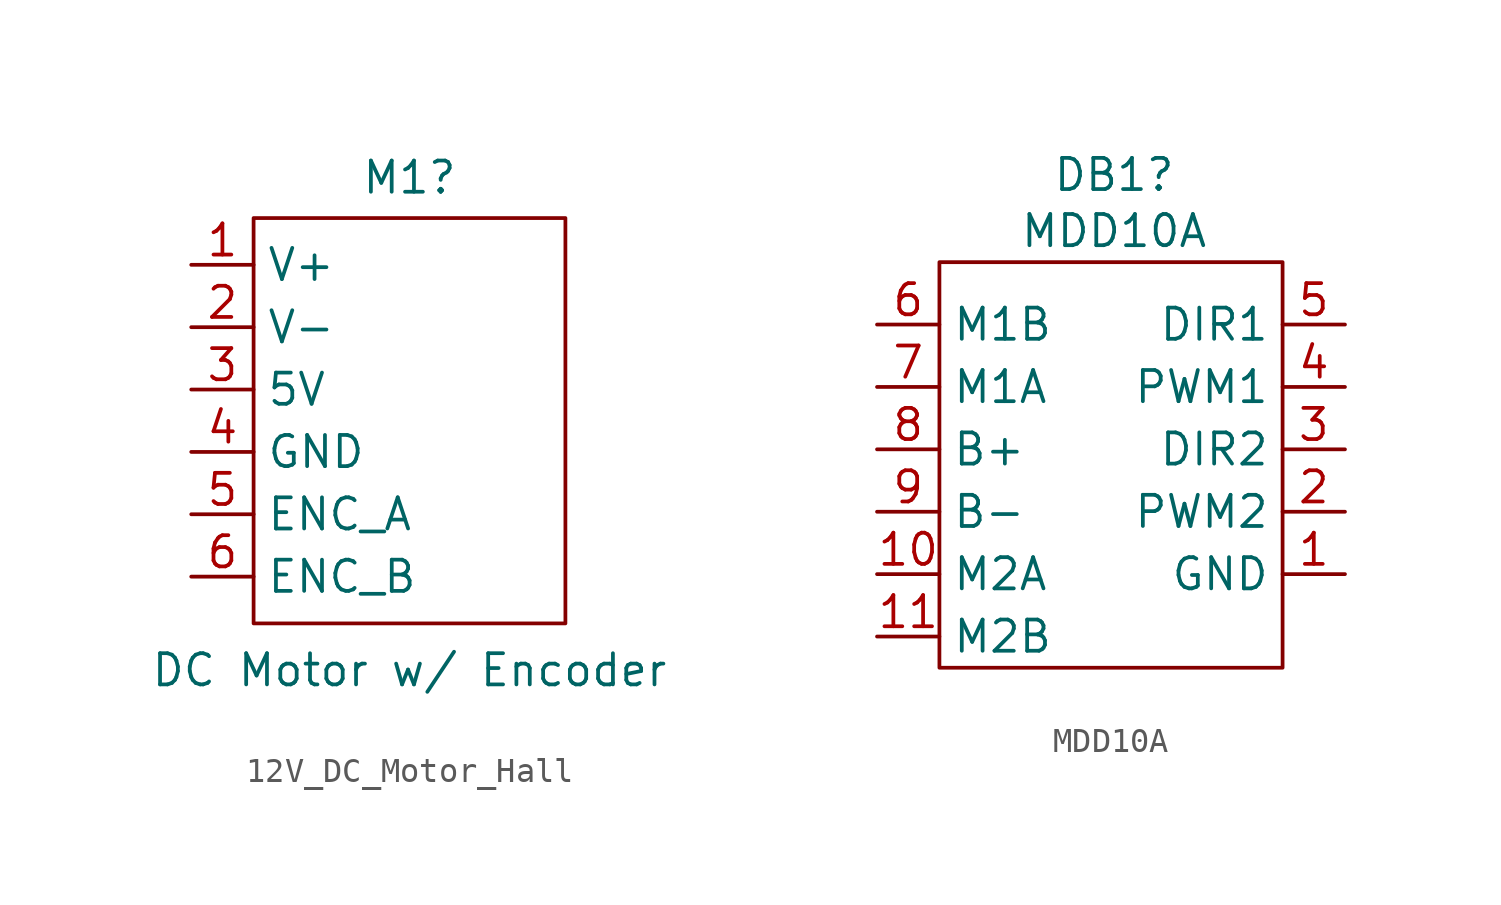
<source format=kicad_sym>
(kicad_symbol_lib
  (version 20241209)
  (generator "kicad_symbol_editor")
  (generator_version "9.0")
  (symbol "12V_DC_Motor_Hall"
    (property "Reference" "M1"
      (at 0 9.906 0)
      (effects (font (size 1.27 1.27))))
    (property "Value" "DC Motor w/ Encoder"
      (at 0 -10.16 0)
      (effects (font (size 1.27 1.27))))
    (symbol "12V_DC_Motor_Hall_0_1"
      (rectangle (start -6.35 8.255) (end 6.35 -8.255) (stroke (width 0) (type default)) (fill (type none))))
    (symbol "12V_DC_Motor_Hall_1_1"
      (pin power_in line (at -8.89 6.35 0) (length 2.54) (name "V+" (effects (font (size 1.27 1.27)))) (number "1" (effects (font (size 1.27 1.27)))))
      (pin power_in line (at -8.89 3.81 0) (length 2.54) (name "V-" (effects (font (size 1.27 1.27)))) (number "2" (effects (font (size 1.27 1.27)))))
      (pin power_in line (at -8.89 1.27 0) (length 2.54) (name "5V" (effects (font (size 1.27 1.27)))) (number "3" (effects (font (size 1.27 1.27)))))
      (pin power_in line (at -8.89 -1.27 0) (length 2.54) (name "GND" (effects (font (size 1.27 1.27)))) (number "4" (effects (font (size 1.27 1.27)))))
      (pin output line (at -8.89 -3.81 0) (length 2.54) (name "ENC_A" (effects (font (size 1.27 1.27)))) (number "5" (effects (font (size 1.27 1.27)))))
      (pin output line (at -8.89 -6.35 0) (length 2.54) (name "ENC_B" (effects (font (size 1.27 1.27)))) (number "6" (effects (font (size 1.27 1.27)))))))
  (symbol "MDD10A"
    (property "Reference" "DB1"
      (at -0.508 11.176 0)
      (do_not_autoplace)
      (effects (font (size 1.27 1.27))))
    (property "Value" "MDD10A"
      (at -0.508 8.89 0)
      (effects (font (size 1.27 1.27))))
    (symbol "MDD10A_0_1"
      (rectangle (start -7.62 7.62) (end 6.35 -8.89) (stroke (width 0) (type default)) (fill (type none))))
    (symbol "MDD10A_1_1"
      (pin power_out line (at -10.16 5.08 0) (length 2.54) (name "M1B" (effects (font (size 1.27 1.27)))) (number "6" (effects (font (size 1.27 1.27)))))
      (pin power_out line (at -10.16 2.54 0) (length 2.54) (name "M1A" (effects (font (size 1.27 1.27)))) (number "7" (effects (font (size 1.27 1.27)))))
      (pin power_in line (at -10.16 0 0) (length 2.54) (name "B+" (effects (font (size 1.27 1.27)))) (number "8" (effects (font (size 1.27 1.27)))))
      (pin power_in line (at -10.16 -2.54 0) (length 2.54) (name "B-" (effects (font (size 1.27 1.27)))) (number "9" (effects (font (size 1.27 1.27)))))
      (pin power_out line (at -10.16 -5.08 0) (length 2.54) (name "M2A" (effects (font (size 1.27 1.27)))) (number "10" (effects (font (size 1.27 1.27)))))
      (pin power_out line (at -10.16 -7.62 0) (length 2.54) (name "M2B" (effects (font (size 1.27 1.27)))) (number "11" (effects (font (size 1.27 1.27)))))
      (pin input line (at 8.89 5.08 180) (length 2.54) (name "DIR1" (effects (font (size 1.27 1.27)))) (number "5" (effects (font (size 1.27 1.27)))))
      (pin input line (at 8.89 2.54 180) (length 2.54) (name "PWM1" (effects (font (size 1.27 1.27)))) (number "4" (effects (font (size 1.27 1.27)))))
      (pin input line (at 8.89 0 180) (length 2.54) (name "DIR2" (effects (font (size 1.27 1.27)))) (number "3" (effects (font (size 1.27 1.27)))))
      (pin input line (at 8.89 -2.54 180) (length 2.54) (name "PWM2" (effects (font (size 1.27 1.27)))) (number "2" (effects (font (size 1.27 1.27)))))
      (pin power_in line (at 8.89 -5.08 180) (length 2.54) (name "GND" (effects (font (size 1.27 1.27)))) (number "1" (effects (font (size 1.27 1.27))))))))
</source>
